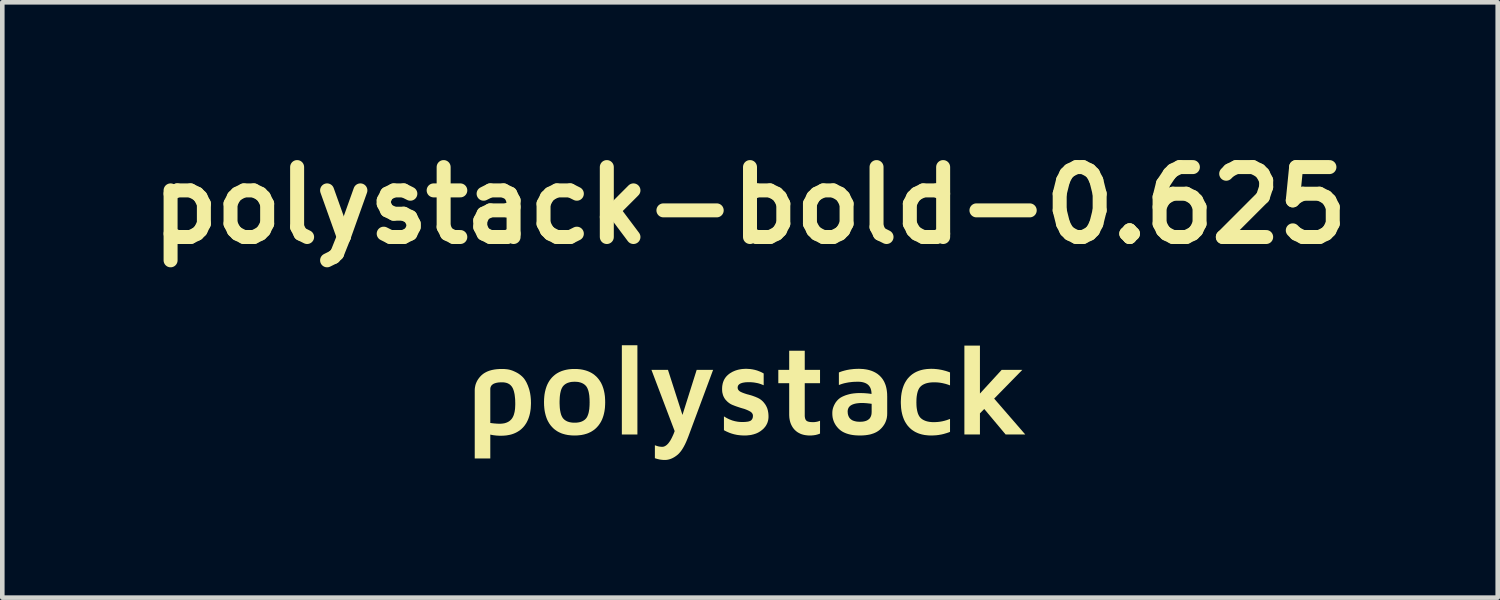
<source format=kicad_pcb>
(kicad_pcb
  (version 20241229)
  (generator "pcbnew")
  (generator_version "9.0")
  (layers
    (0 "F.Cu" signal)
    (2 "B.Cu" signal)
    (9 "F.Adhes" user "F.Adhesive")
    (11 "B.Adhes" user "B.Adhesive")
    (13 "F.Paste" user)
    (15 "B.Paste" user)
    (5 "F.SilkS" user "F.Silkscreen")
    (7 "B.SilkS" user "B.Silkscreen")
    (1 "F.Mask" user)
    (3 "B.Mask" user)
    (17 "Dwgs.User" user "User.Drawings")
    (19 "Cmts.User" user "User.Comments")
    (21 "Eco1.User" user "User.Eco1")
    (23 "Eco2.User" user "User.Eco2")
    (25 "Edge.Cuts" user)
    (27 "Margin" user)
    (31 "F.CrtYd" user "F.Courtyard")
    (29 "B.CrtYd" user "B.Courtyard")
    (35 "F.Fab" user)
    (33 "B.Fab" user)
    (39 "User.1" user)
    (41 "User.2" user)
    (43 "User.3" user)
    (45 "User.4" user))
  (footprint "polystack-bold-0.625"
    (layer "F.Cu")
    (at 13.295 5.724)
    (property "Reference" "polystack-bold-0.625" (at 0 -4.298 0) (layer "F.SilkS") (effects (font (size 1.524 1.524) (thickness 0.305))))
    (attr smd)
    (fp_poly (pts (xy -2.793 0.695) (xy -2.793 -1.25) (xy -2.454 -1.25) (xy -2.454 0.695) (xy -2.793 0.695)) (stroke (width 0) (type solid)) (fill yes) (layer "F.SilkS"))
    (fp_poly (pts (xy 4.672 0.695) (xy 4.672 -1.242) (xy 5.011 -1.242) (xy 5.011 -0.197) (xy 5.485 -0.714) (xy 5.935 -0.714) (xy 5.321 -0.087) (xy 5.999 0.695) (xy 5.571 0.695) (xy 5.105 0.139) (xy 5.011 0.234) (xy 5.011 0.695) (xy 4.672 0.695)) (stroke (width 0) (type solid)) (fill yes) (layer "F.SilkS"))
    (fp_poly (pts (xy 0.617 -0.423) (xy 0.617 -0.714) (xy 0.854 -0.714) (xy 0.854 -1.131) (xy 1.193 -1.131) (xy 1.193 -0.714) (xy 1.526 -0.714) (xy 1.526 -0.423) (xy 1.193 -0.423) (xy 1.193 0.271) (xy 1.193 0.293) (xy 1.195 0.313) (xy 1.198 0.331) (xy 1.202 0.348) (xy 1.207 0.362) (xy 1.214 0.375) (xy 1.221 0.385) (xy 1.23 0.394) (xy 1.239 0.401) (xy 1.25 0.407) (xy 1.262 0.412) (xy 1.276 0.416) (xy 1.291 0.42) (xy 1.307 0.422) (xy 1.325 0.424) (xy 1.344 0.425) (xy 1.365 0.426) (xy 1.383 0.426) (xy 1.401 0.425) (xy 1.418 0.423) (xy 1.434 0.421) (xy 1.451 0.418) (xy 1.467 0.415) (xy 1.482 0.411) (xy 1.497 0.406) (xy 1.512 0.401) (xy 1.526 0.395) (xy 1.526 0.675) (xy 1.511 0.681) (xy 1.495 0.687) (xy 1.479 0.692) (xy 1.463 0.697) (xy 1.447 0.701) (xy 1.431 0.705) (xy 1.414 0.708) (xy 1.397 0.71) (xy 1.38 0.713) (xy 1.363 0.714) (xy 1.345 0.716) (xy 1.328 0.716) (xy 1.31 0.717) (xy 1.303 0.717) (xy 1.284 0.716) (xy 1.266 0.716) (xy 1.247 0.714) (xy 1.23 0.712) (xy 1.212 0.71) (xy 1.195 0.707) (xy 1.179 0.704) (xy 1.162 0.7) (xy 1.147 0.696) (xy 1.131 0.691) (xy 1.116 0.686) (xy 1.101 0.68) (xy 1.087 0.673) (xy 1.073 0.666) (xy 1.059 0.659) (xy 1.046 0.651) (xy 1.033 0.643) (xy 1.02 0.634) (xy 1.008 0.624) (xy 0.996 0.614) (xy 0.985 0.604) (xy 0.974 0.593) (xy 0.963 0.582) (xy 0.954 0.57) (xy 0.944 0.559) (xy 0.936 0.547) (xy 0.927 0.534) (xy 0.919 0.521) (xy 0.912 0.508) (xy 0.905 0.495) (xy 0.898 0.481) (xy 0.892 0.467) (xy 0.886 0.452) (xy 0.881 0.438) (xy 0.876 0.422) (xy 0.872 0.407) (xy 0.868 0.391) (xy 0.865 0.375) (xy 0.862 0.358) (xy 0.859 0.341) (xy 0.857 0.324) (xy 0.856 0.306) (xy 0.855 0.288) (xy 0.854 0.27) (xy 0.854 0.251) (xy 0.854 -0.423) (xy 0.617 -0.423)) (stroke (width 0) (type solid)) (fill yes) (layer "F.SilkS"))
    (fp_poly (pts (xy -2.148 -0.714) (xy -1.788 -0.714) (xy -1.472 0.269) (xy -1.162 -0.714) (xy -0.804 -0.714) (xy -1.34 0.729) (xy -1.348 0.75) (xy -1.356 0.77) (xy -1.364 0.79) (xy -1.372 0.81) (xy -1.38 0.829) (xy -1.388 0.848) (xy -1.396 0.866) (xy -1.404 0.883) (xy -1.412 0.9) (xy -1.42 0.917) (xy -1.429 0.933) (xy -1.437 0.949) (xy -1.445 0.964) (xy -1.454 0.979) (xy -1.462 0.993) (xy -1.471 1.007) (xy -1.479 1.02) (xy -1.488 1.033) (xy -1.496 1.045) (xy -1.505 1.057) (xy -1.514 1.069) (xy -1.523 1.079) (xy -1.532 1.09) (xy -1.54 1.1) (xy -1.549 1.109) (xy -1.558 1.118) (xy -1.567 1.127) (xy -1.576 1.135) (xy -1.585 1.142) (xy -1.6 1.154) (xy -1.615 1.165) (xy -1.63 1.175) (xy -1.645 1.185) (xy -1.66 1.194) (xy -1.675 1.202) (xy -1.69 1.21) (xy -1.705 1.217) (xy -1.72 1.223) (xy -1.735 1.229) (xy -1.751 1.234) (xy -1.766 1.238) (xy -1.782 1.242) (xy -1.797 1.245) (xy -1.813 1.247) (xy -1.828 1.249) (xy -1.844 1.25) (xy -1.86 1.25) (xy -1.876 1.25) (xy -1.892 1.249) (xy -1.908 1.248) (xy -1.925 1.246) (xy -1.941 1.244) (xy -1.957 1.242) (xy -1.974 1.239) (xy -1.99 1.235) (xy -2.007 1.231) (xy -2.023 1.227) (xy -2.04 1.222) (xy -2.057 1.217) (xy -2.073 1.211) (xy -2.073 0.929) (xy -2.057 0.935) (xy -2.041 0.941) (xy -2.025 0.946) (xy -2.009 0.951) (xy -1.993 0.955) (xy -1.977 0.958) (xy -1.961 0.96) (xy -1.945 0.962) (xy -1.929 0.963) (xy -1.913 0.963) (xy -1.903 0.963) (xy -1.893 0.962) (xy -1.883 0.96) (xy -1.874 0.957) (xy -1.864 0.953) (xy -1.854 0.949) (xy -1.844 0.943) (xy -1.834 0.937) (xy -1.825 0.93) (xy -1.815 0.923) (xy -1.806 0.914) (xy -1.796 0.905) (xy -1.787 0.895) (xy -1.777 0.884) (xy -1.768 0.872) (xy -1.759 0.859) (xy -1.749 0.846) (xy -1.74 0.832) (xy -1.731 0.817) (xy -1.722 0.801) (xy -1.713 0.784) (xy -1.704 0.767) (xy -1.695 0.748) (xy -1.686 0.729) (xy -1.677 0.709) (xy -1.668 0.689) (xy -1.659 0.667) (xy -1.651 0.645) (xy -1.642 0.621) (xy -2.148 -0.714)) (stroke (width 0) (type solid)) (fill yes) (layer "F.SilkS"))
    (fp_poly (pts (xy 3.287 -0.008) (xy 3.287 -0.028) (xy 3.288 -0.048) (xy 3.289 -0.068) (xy 3.29 -0.087) (xy 3.291 -0.106) (xy 3.292 -0.124) (xy 3.294 -0.143) (xy 3.296 -0.161) (xy 3.299 -0.179) (xy 3.301 -0.196) (xy 3.304 -0.214) (xy 3.308 -0.231) (xy 3.311 -0.248) (xy 3.315 -0.264) (xy 3.319 -0.28) (xy 3.323 -0.296) (xy 3.328 -0.312) (xy 3.333 -0.327) (xy 3.338 -0.343) (xy 3.344 -0.357) (xy 3.349 -0.372) (xy 3.355 -0.386) (xy 3.362 -0.401) (xy 3.368 -0.414) (xy 3.375 -0.428) (xy 3.382 -0.441) (xy 3.39 -0.454) (xy 3.398 -0.467) (xy 3.406 -0.479) (xy 3.414 -0.492) (xy 3.422 -0.503) (xy 3.431 -0.515) (xy 3.44 -0.527) (xy 3.45 -0.538) (xy 3.46 -0.548) (xy 3.47 -0.56) (xy 3.481 -0.57) (xy 3.492 -0.581) (xy 3.504 -0.591) (xy 3.515 -0.601) (xy 3.527 -0.61) (xy 3.539 -0.62) (xy 3.552 -0.628) (xy 3.565 -0.637) (xy 3.578 -0.645) (xy 3.591 -0.653) (xy 3.605 -0.66) (xy 3.618 -0.667) (xy 3.633 -0.674) (xy 3.647 -0.68) (xy 3.662 -0.686) (xy 3.677 -0.692) (xy 3.692 -0.697) (xy 3.707 -0.702) (xy 3.723 -0.707) (xy 3.739 -0.711) (xy 3.755 -0.715) (xy 3.772 -0.719) (xy 3.789 -0.722) (xy 3.806 -0.725) (xy 3.823 -0.727) (xy 3.841 -0.73) (xy 3.859 -0.732) (xy 3.877 -0.733) (xy 3.896 -0.734) (xy 3.915 -0.735) (xy 3.934 -0.736) (xy 3.953 -0.736) (xy 3.97 -0.736) (xy 3.987 -0.735) (xy 4.004 -0.735) (xy 4.022 -0.734) (xy 4.039 -0.732) (xy 4.056 -0.731) (xy 4.073 -0.729) (xy 4.09 -0.727) (xy 4.107 -0.725) (xy 4.124 -0.722) (xy 4.141 -0.719) (xy 4.158 -0.716) (xy 4.175 -0.713) (xy 4.192 -0.709) (xy 4.209 -0.705) (xy 4.225 -0.701) (xy 4.242 -0.696) (xy 4.259 -0.692) (xy 4.276 -0.687) (xy 4.293 -0.681) (xy 4.309 -0.676) (xy 4.326 -0.67) (xy 4.343 -0.664) (xy 4.359 -0.657) (xy 4.359 -0.375) (xy 4.344 -0.381) (xy 4.328 -0.387) (xy 4.311 -0.393) (xy 4.295 -0.398) (xy 4.279 -0.403) (xy 4.263 -0.408) (xy 4.246 -0.412) (xy 4.23 -0.416) (xy 4.213 -0.42) (xy 4.197 -0.424) (xy 4.18 -0.427) (xy 4.163 -0.43) (xy 4.147 -0.433) (xy 4.13 -0.435) (xy 4.113 -0.437) (xy 4.096 -0.439) (xy 4.079 -0.44) (xy 4.061 -0.441) (xy 4.044 -0.442) (xy 4.027 -0.442) (xy 4.009 -0.442) (xy 3.989 -0.442) (xy 3.97 -0.441) (xy 3.951 -0.44) (xy 3.932 -0.438) (xy 3.914 -0.436) (xy 3.897 -0.433) (xy 3.88 -0.43) (xy 3.863 -0.426) (xy 3.848 -0.422) (xy 3.832 -0.418) (xy 3.818 -0.412) (xy 3.804 -0.407) (xy 3.79 -0.4) (xy 3.777 -0.394) (xy 3.764 -0.387) (xy 3.753 -0.379) (xy 3.741 -0.371) (xy 3.73 -0.362) (xy 3.72 -0.353) (xy 3.712 -0.344) (xy 3.704 -0.335) (xy 3.696 -0.326) (xy 3.689 -0.315) (xy 3.682 -0.304) (xy 3.676 -0.292) (xy 3.67 -0.28) (xy 3.664 -0.266) (xy 3.659 -0.252) (xy 3.654 -0.238) (xy 3.65 -0.223) (xy 3.646 -0.207) (xy 3.642 -0.19) (xy 3.639 -0.172) (xy 3.636 -0.154) (xy 3.633 -0.136) (xy 3.631 -0.116) (xy 3.629 -0.096) (xy 3.628 -0.075) (xy 3.627 -0.053) (xy 3.627 -0.031) (xy 3.626 -0.008) (xy 3.627 0.014) (xy 3.627 0.036) (xy 3.628 0.058) (xy 3.629 0.079) (xy 3.631 0.099) (xy 3.633 0.118) (xy 3.636 0.137) (xy 3.639 0.155) (xy 3.642 0.172) (xy 3.646 0.189) (xy 3.65 0.205) (xy 3.654 0.22) (xy 3.659 0.235) (xy 3.664 0.249) (xy 3.67 0.262) (xy 3.676 0.275) (xy 3.682 0.286) (xy 3.689 0.298) (xy 3.696 0.308) (xy 3.704 0.318) (xy 3.712 0.328) (xy 3.72 0.336) (xy 3.73 0.345) (xy 3.741 0.354) (xy 3.753 0.362) (xy 3.764 0.37) (xy 3.777 0.377) (xy 3.79 0.384) (xy 3.804 0.39) (xy 3.818 0.396) (xy 3.832 0.401) (xy 3.848 0.406) (xy 3.863 0.41) (xy 3.88 0.414) (xy 3.897 0.417) (xy 3.914 0.42) (xy 3.932 0.422) (xy 3.951 0.424) (xy 3.97 0.425) (xy 3.989 0.426) (xy 4.009 0.426) (xy 4.026 0.426) (xy 4.043 0.425) (xy 4.059 0.424) (xy 4.076 0.423) (xy 4.093 0.422) (xy 4.109 0.42) (xy 4.126 0.418) (xy 4.143 0.416) (xy 4.159 0.413) (xy 4.176 0.41) (xy 4.193 0.407) (xy 4.209 0.403) (xy 4.226 0.399) (xy 4.243 0.395) (xy 4.259 0.39) (xy 4.276 0.385) (xy 4.293 0.38) (xy 4.309 0.374) (xy 4.326 0.368) (xy 4.343 0.362) (xy 4.359 0.356) (xy 4.359 0.638) (xy 4.343 0.644) (xy 4.326 0.651) (xy 4.309 0.656) (xy 4.293 0.662) (xy 4.276 0.667) (xy 4.259 0.672) (xy 4.242 0.677) (xy 4.225 0.682) (xy 4.209 0.686) (xy 4.192 0.69) (xy 4.175 0.694) (xy 4.158 0.697) (xy 4.141 0.7) (xy 4.124 0.703) (xy 4.107 0.706) (xy 4.09 0.708) (xy 4.073 0.71) (xy 4.056 0.712) (xy 4.039 0.713) (xy 4.022 0.714) (xy 4.004 0.715) (xy 3.987 0.716) (xy 3.97 0.716) (xy 3.953 0.717) (xy 3.934 0.716) (xy 3.915 0.716) (xy 3.896 0.715) (xy 3.877 0.714) (xy 3.859 0.712) (xy 3.841 0.71) (xy 3.823 0.708) (xy 3.806 0.706) (xy 3.789 0.703) (xy 3.772 0.699) (xy 3.755 0.696) (xy 3.739 0.692) (xy 3.723 0.687) (xy 3.707 0.683) (xy 3.692 0.678) (xy 3.677 0.673) (xy 3.662 0.667) (xy 3.647 0.661) (xy 3.633 0.654) (xy 3.618 0.648) (xy 3.605 0.641) (xy 3.591 0.633) (xy 3.578 0.626) (xy 3.565 0.617) (xy 3.552 0.609) (xy 3.539 0.6) (xy 3.527 0.591) (xy 3.515 0.582) (xy 3.504 0.572) (xy 3.492 0.562) (xy 3.481 0.551) (xy 3.47 0.54) (xy 3.46 0.529) (xy 3.45 0.518) (xy 3.44 0.507) (xy 3.431 0.496) (xy 3.422 0.484) (xy 3.414 0.472) (xy 3.406 0.46) (xy 3.398 0.448) (xy 3.39 0.435) (xy 3.382 0.422) (xy 3.375 0.409) (xy 3.368 0.395) (xy 3.362 0.382) (xy 3.355 0.368) (xy 3.349 0.353) (xy 3.344 0.339) (xy 3.338 0.324) (xy 3.333 0.309) (xy 3.328 0.293) (xy 3.323 0.278) (xy 3.319 0.262) (xy 3.315 0.246) (xy 3.311 0.229) (xy 3.308 0.213) (xy 3.304 0.196) (xy 3.301 0.178) (xy 3.299 0.161) (xy 3.296 0.143) (xy 3.294 0.125) (xy 3.292 0.107) (xy 3.291 0.088) (xy 3.29 0.07) (xy 3.289 0.051) (xy 3.288 0.031) (xy 3.287 0.012) (xy 3.287 -0.008)) (stroke (width 0) (type solid)) (fill yes) (layer "F.SilkS"))
    (fp_poly (pts (xy -5.999 1.217) (xy -5.641 0.446) (xy -5.622 0.449) (xy -5.603 0.451) (xy -5.585 0.453) (xy -5.567 0.455) (xy -5.55 0.456) (xy -5.533 0.457) (xy -5.516 0.459) (xy -5.499 0.459) (xy -5.483 0.46) (xy -5.468 0.46) (xy -5.452 0.46) (xy -5.433 0.46) (xy -5.415 0.459) (xy -5.397 0.457) (xy -5.379 0.455) (xy -5.363 0.452) (xy -5.346 0.449) (xy -5.33 0.444) (xy -5.315 0.439) (xy -5.301 0.434) (xy -5.286 0.427) (xy -5.273 0.421) (xy -5.26 0.413) (xy -5.247 0.405) (xy -5.235 0.396) (xy -5.224 0.386) (xy -5.213 0.376) (xy -5.203 0.365) (xy -5.195 0.356) (xy -5.188 0.347) (xy -5.181 0.336) (xy -5.174 0.325) (xy -5.168 0.314) (xy -5.162 0.302) (xy -5.156 0.289) (xy -5.151 0.276) (xy -5.146 0.262) (xy -5.142 0.247) (xy -5.138 0.232) (xy -5.134 0.217) (xy -5.13 0.2) (xy -5.127 0.183) (xy -5.125 0.166) (xy -5.122 0.148) (xy -5.12 0.129) (xy -5.119 0.11) (xy -5.118 0.09) (xy -5.117 0.069) (xy -5.116 0.048) (xy -5.116 0.026) (xy -5.116 0.004) (xy -5.117 -0.018) (xy -5.117 -0.039) (xy -5.118 -0.059) (xy -5.119 -0.079) (xy -5.121 -0.099) (xy -5.123 -0.118) (xy -5.125 -0.136) (xy -5.127 -0.154) (xy -5.129 -0.171) (xy -5.132 -0.187) (xy -5.135 -0.203) (xy -5.139 -0.219) (xy -5.142 -0.234) (xy -5.146 -0.248) (xy -5.15 -0.262) (xy -5.155 -0.275) (xy -5.159 -0.287) (xy -5.164 -0.299) (xy -5.169 -0.311) (xy -5.175 -0.322) (xy -5.181 -0.332) (xy -5.189 -0.345) (xy -5.197 -0.356) (xy -5.207 -0.367) (xy -5.217 -0.378) (xy -5.227 -0.387) (xy -5.238 -0.396) (xy -5.25 -0.404) (xy -5.263 -0.411) (xy -5.276 -0.418) (xy -5.29 -0.424) (xy -5.305 -0.429) (xy -5.32 -0.433) (xy -5.336 -0.436) (xy -5.353 -0.439) (xy -5.37 -0.441) (xy -5.388 -0.442) (xy -5.407 -0.442) (xy -5.428 -0.442) (xy -5.449 -0.441) (xy -5.469 -0.44) (xy -5.487 -0.438) (xy -5.505 -0.435) (xy -5.522 -0.432) (xy -5.538 -0.428) (xy -5.552 -0.424) (xy -5.566 -0.419) (xy -5.579 -0.414) (xy -5.591 -0.408) (xy -5.602 -0.401) (xy -5.612 -0.394) (xy -5.621 -0.386) (xy -5.63 -0.378) (xy -5.637 -0.369) (xy -5.643 -0.359) (xy -5.648 -0.349) (xy -5.653 -0.339) (xy -5.656 -0.328) (xy -5.658 -0.316) (xy -5.66 -0.304) (xy -5.66 -0.291) (xy -5.66 0.444) (xy -5.66 0.444) (xy -5.641 0.446) (xy -5.999 1.217) (xy -5.999 -0.259) (xy -5.999 -0.276) (xy -5.998 -0.292) (xy -5.997 -0.309) (xy -5.995 -0.325) (xy -5.992 -0.341) (xy -5.989 -0.357) (xy -5.986 -0.372) (xy -5.982 -0.388) (xy -5.977 -0.403) (xy -5.972 -0.418) (xy -5.966 -0.432) (xy -5.96 -0.447) (xy -5.953 -0.461) (xy -5.946 -0.475) (xy -5.938 -0.489) (xy -5.929 -0.503) (xy -5.92 -0.516) (xy -5.911 -0.529) (xy -5.901 -0.542) (xy -5.89 -0.555) (xy -5.879 -0.568) (xy -5.867 -0.58) (xy -5.855 -0.593) (xy -5.844 -0.602) (xy -5.834 -0.611) (xy -5.823 -0.62) (xy -5.811 -0.629) (xy -5.8 -0.637) (xy -5.787 -0.645) (xy -5.775 -0.652) (xy -5.762 -0.659) (xy -5.749 -0.666) (xy -5.735 -0.673) (xy -5.721 -0.679) (xy -5.707 -0.685) (xy -5.692 -0.69) (xy -5.677 -0.696) (xy -5.662 -0.7) (xy -5.646 -0.705) (xy -5.63 -0.709) (xy -5.613 -0.713) (xy -5.596 -0.716) (xy -5.579 -0.72) (xy -5.561 -0.722) (xy -5.543 -0.725) (xy -5.525 -0.727) (xy -5.506 -0.729) (xy -5.487 -0.73) (xy -5.468 -0.732) (xy -5.448 -0.732) (xy -5.427 -0.733) (xy -5.407 -0.733) (xy -5.389 -0.733) (xy -5.372 -0.732) (xy -5.354 -0.732) (xy -5.337 -0.73) (xy -5.319 -0.729) (xy -5.302 -0.727) (xy -5.285 -0.725) (xy -5.268 -0.722) (xy -5.253 -0.719) (xy -5.239 -0.716) (xy -5.223 -0.712) (xy -5.208 -0.707) (xy -5.191 -0.702) (xy -5.175 -0.696) (xy -5.158 -0.689) (xy -5.14 -0.681) (xy -5.122 -0.673) (xy -5.104 -0.664) (xy -5.088 -0.656) (xy -5.073 -0.648) (xy -5.058 -0.639) (xy -5.043 -0.63) (xy -5.029 -0.62) (xy -5.015 -0.61) (xy -5.002 -0.6) (xy -4.989 -0.589) (xy -4.976 -0.578) (xy -4.964 -0.567) (xy -4.952 -0.555) (xy -4.941 -0.543) (xy -4.932 -0.533) (xy -4.923 -0.522) (xy -4.915 -0.51) (xy -4.906 -0.498) (xy -4.898 -0.485) (xy -4.89 -0.472) (xy -4.882 -0.458) (xy -4.874 -0.444) (xy -4.866 -0.428) (xy -4.859 -0.412) (xy -4.852 -0.396) (xy -4.844 -0.379) (xy -4.837 -0.361) (xy -4.831 -0.343) (xy -4.824 -0.324) (xy -4.819 -0.309) (xy -4.814 -0.295) (xy -4.81 -0.28) (xy -4.806 -0.265) (xy -4.802 -0.249) (xy -4.799 -0.234) (xy -4.795 -0.218) (xy -4.792 -0.202) (xy -4.789 -0.186) (xy -4.787 -0.169) (xy -4.784 -0.152) (xy -4.782 -0.135) (xy -4.78 -0.118) (xy -4.779 -0.101) (xy -4.777 -0.083) (xy -4.776 -0.065) (xy -4.775 -0.047) (xy -4.775 -0.029) (xy -4.774 -0.01) (xy -4.774 0.008) (xy -4.774 0.028) (xy -4.775 0.048) (xy -4.776 0.068) (xy -4.777 0.087) (xy -4.778 0.106) (xy -4.779 0.125) (xy -4.781 0.143) (xy -4.784 0.162) (xy -4.786 0.18) (xy -4.789 0.197) (xy -4.792 0.215) (xy -4.795 0.232) (xy -4.799 0.248) (xy -4.803 0.265) (xy -4.807 0.281) (xy -4.812 0.297) (xy -4.817 0.313) (xy -4.822 0.328) (xy -4.827 0.343) (xy -4.833 0.358) (xy -4.839 0.373) (xy -4.845 0.387) (xy -4.852 0.401) (xy -4.859 0.415) (xy -4.866 0.429) (xy -4.873 0.442) (xy -4.881 0.455) (xy -4.889 0.467) (xy -4.898 0.48) (xy -4.906 0.492) (xy -4.915 0.504) (xy -4.924 0.515) (xy -4.934 0.527) (xy -4.944 0.538) (xy -4.954 0.549) (xy -4.965 0.559) (xy -4.976 0.57) (xy -4.987 0.58) (xy -4.998 0.589) (xy -5.01 0.599) (xy -5.022 0.608) (xy -5.034 0.616) (xy -5.047 0.624) (xy -5.06 0.632) (xy -5.073 0.64) (xy -5.086 0.647) (xy -5.1 0.654) (xy -5.114 0.661) (xy -5.128 0.667) (xy -5.142 0.673) (xy -5.157 0.679) (xy -5.172 0.684) (xy -5.187 0.689) (xy -5.203 0.694) (xy -5.219 0.698) (xy -5.235 0.702) (xy -5.251 0.705) (xy -5.268 0.708) (xy -5.284 0.711) (xy -5.301 0.714) (xy -5.319 0.716) (xy -5.337 0.718) (xy -5.354 0.719) (xy -5.373 0.721) (xy -5.391 0.721) (xy -5.41 0.722) (xy -5.429 0.722) (xy -5.446 0.722) (xy -5.463 0.722) (xy -5.479 0.721) (xy -5.496 0.72) (xy -5.513 0.719) (xy -5.529 0.718) (xy -5.546 0.716) (xy -5.562 0.714) (xy -5.579 0.712) (xy -5.595 0.71) (xy -5.612 0.707) (xy -5.628 0.704) (xy -5.644 0.701) (xy -5.66 0.697) (xy -5.66 1.217) (xy -5.999 1.217) (xy -5.999 1.217)) (stroke (width 0) (type solid)) (fill yes) (layer "F.SilkS"))
    (fp_poly (pts (xy -0.608 -0.296) (xy -0.608 -0.315) (xy -0.607 -0.332) (xy -0.606 -0.35) (xy -0.604 -0.367) (xy -0.601 -0.384) (xy -0.598 -0.4) (xy -0.595 -0.416) (xy -0.59 -0.432) (xy -0.586 -0.447) (xy -0.58 -0.462) (xy -0.574 -0.477) (xy -0.568 -0.491) (xy -0.561 -0.504) (xy -0.553 -0.518) (xy -0.545 -0.531) (xy -0.536 -0.544) (xy -0.527 -0.556) (xy -0.517 -0.568) (xy -0.507 -0.579) (xy -0.496 -0.59) (xy -0.484 -0.601) (xy -0.472 -0.611) (xy -0.46 -0.622) (xy -0.447 -0.631) (xy -0.434 -0.64) (xy -0.421 -0.648) (xy -0.407 -0.656) (xy -0.394 -0.664) (xy -0.38 -0.672) (xy -0.366 -0.678) (xy -0.351 -0.685) (xy -0.337 -0.691) (xy -0.322 -0.697) (xy -0.307 -0.702) (xy -0.291 -0.707) (xy -0.275 -0.712) (xy -0.259 -0.716) (xy -0.243 -0.72) (xy -0.227 -0.723) (xy -0.21 -0.726) (xy -0.193 -0.729) (xy -0.176 -0.731) (xy -0.159 -0.733) (xy -0.141 -0.734) (xy -0.123 -0.735) (xy -0.105 -0.736) (xy -0.086 -0.736) (xy -0.069 -0.736) (xy -0.051 -0.735) (xy -0.034 -0.734) (xy -0.017 -0.733) (xy -0.000347 -0.732) (xy 0.016 -0.73) (xy 0.033 -0.727) (xy 0.05 -0.725) (xy 0.066 -0.722) (xy 0.082 -0.718) (xy 0.099 -0.715) (xy 0.115 -0.711) (xy 0.131 -0.706) (xy 0.147 -0.702) (xy 0.162 -0.697) (xy 0.178 -0.691) (xy 0.193 -0.685) (xy 0.209 -0.679) (xy 0.224 -0.673) (xy 0.239 -0.666) (xy 0.254 -0.659) (xy 0.269 -0.651) (xy 0.284 -0.643) (xy 0.298 -0.635) (xy 0.298 -0.378) (xy 0.284 -0.384) (xy 0.269 -0.39) (xy 0.254 -0.396) (xy 0.239 -0.402) (xy 0.224 -0.407) (xy 0.209 -0.412) (xy 0.193 -0.417) (xy 0.178 -0.421) (xy 0.162 -0.425) (xy 0.145 -0.428) (xy 0.129 -0.431) (xy 0.112 -0.434) (xy 0.096 -0.437) (xy 0.079 -0.439) (xy 0.062 -0.441) (xy 0.044 -0.442) (xy 0.027 -0.444) (xy 0.009 -0.444) (xy -0.009 -0.445) (xy -0.027 -0.445) (xy -0.049 -0.445) (xy -0.071 -0.444) (xy -0.091 -0.443) (xy -0.11 -0.441) (xy -0.129 -0.438) (xy -0.146 -0.435) (xy -0.162 -0.432) (xy -0.176 -0.428) (xy -0.19 -0.423) (xy -0.203 -0.418) (xy -0.214 -0.413) (xy -0.225 -0.406) (xy -0.234 -0.4) (xy -0.242 -0.392) (xy -0.25 -0.385) (xy -0.256 -0.376) (xy -0.261 -0.367) (xy -0.264 -0.358) (xy -0.267 -0.348) (xy -0.269 -0.338) (xy -0.269 -0.327) (xy -0.268 -0.312) (xy -0.265 -0.299) (xy -0.26 -0.286) (xy -0.252 -0.274) (xy -0.242 -0.262) (xy -0.231 -0.252) (xy -0.217 -0.242) (xy -0.201 -0.233) (xy -0.188 -0.227) (xy -0.174 -0.221) (xy -0.161 -0.215) (xy -0.146 -0.21) (xy -0.132 -0.204) (xy -0.116 -0.199) (xy -0.101 -0.194) (xy -0.084 -0.188) (xy -0.067 -0.183) (xy -0.05 -0.178) (xy -0.032 -0.174) (xy -0.016 -0.169) (xy 0.001 -0.165) (xy 0.017 -0.16) (xy 0.034 -0.155) (xy 0.05 -0.15) (xy 0.066 -0.144) (xy 0.083 -0.138) (xy 0.099 -0.132) (xy 0.116 -0.126) (xy 0.132 -0.119) (xy 0.148 -0.112) (xy 0.165 -0.105) (xy 0.179 -0.098) (xy 0.192 -0.091) (xy 0.206 -0.084) (xy 0.219 -0.075) (xy 0.232 -0.066) (xy 0.244 -0.057) (xy 0.256 -0.047) (xy 0.268 -0.036) (xy 0.28 -0.025) (xy 0.291 -0.013) (xy 0.302 -0.000182) (xy 0.312 0.013) (xy 0.323 0.027) (xy 0.333 0.041) (xy 0.341 0.054) (xy 0.348 0.066) (xy 0.355 0.08) (xy 0.362 0.093) (xy 0.368 0.107) (xy 0.374 0.121) (xy 0.379 0.136) (xy 0.383 0.151) (xy 0.388 0.167) (xy 0.391 0.182) (xy 0.394 0.199) (xy 0.397 0.215) (xy 0.399 0.232) (xy 0.401 0.25) (xy 0.402 0.268) (xy 0.403 0.286) (xy 0.403 0.305) (xy 0.403 0.321) (xy 0.402 0.338) (xy 0.4 0.354) (xy 0.398 0.37) (xy 0.395 0.386) (xy 0.391 0.401) (xy 0.387 0.416) (xy 0.382 0.431) (xy 0.377 0.446) (xy 0.37 0.46) (xy 0.363 0.474) (xy 0.356 0.488) (xy 0.348 0.501) (xy 0.339 0.515) (xy 0.329 0.528) (xy 0.319 0.54) (xy 0.308 0.553) (xy 0.297 0.565) (xy 0.285 0.577) (xy 0.272 0.588) (xy 0.258 0.599) (xy 0.246 0.609) (xy 0.234 0.618) (xy 0.221 0.627) (xy 0.208 0.635) (xy 0.195 0.643) (xy 0.181 0.651) (xy 0.167 0.658) (xy 0.152 0.665) (xy 0.138 0.671) (xy 0.123 0.677) (xy 0.107 0.682) (xy 0.092 0.687) (xy 0.076 0.692) (xy 0.059 0.696) (xy 0.043 0.7) (xy 0.026 0.704) (xy 0.008 0.707) (xy -0.009 0.709) (xy -0.027 0.711) (xy -0.046 0.713) (xy -0.064 0.715) (xy -0.083 0.716) (xy -0.102 0.716) (xy -0.122 0.717) (xy -0.139 0.716) (xy -0.156 0.716) (xy -0.173 0.715) (xy -0.19 0.714) (xy -0.207 0.713) (xy -0.224 0.711) (xy -0.241 0.709) (xy -0.257 0.707) (xy -0.274 0.705) (xy -0.29 0.702) (xy -0.307 0.699) (xy -0.323 0.695) (xy -0.339 0.692) (xy -0.355 0.688) (xy -0.371 0.683) (xy -0.387 0.679) (xy -0.402 0.674) (xy -0.418 0.669) (xy -0.433 0.663) (xy -0.449 0.658) (xy -0.464 0.651) (xy -0.479 0.645) (xy -0.494 0.638) (xy -0.509 0.632) (xy -0.524 0.624) (xy -0.539 0.617) (xy -0.554 0.609) (xy -0.568 0.601) (xy -0.568 0.299) (xy -0.554 0.309) (xy -0.539 0.318) (xy -0.523 0.327) (xy -0.508 0.336) (xy -0.493 0.344) (xy -0.478 0.351) (xy -0.462 0.359) (xy -0.447 0.366) (xy -0.431 0.372) (xy -0.415 0.378) (xy -0.4 0.384) (xy -0.384 0.39) (xy -0.368 0.394) (xy -0.352 0.399) (xy -0.336 0.403) (xy -0.32 0.407) (xy -0.303 0.41) (xy -0.287 0.413) (xy -0.271 0.416) (xy -0.254 0.418) (xy -0.237 0.42) (xy -0.221 0.421) (xy -0.204 0.422) (xy -0.187 0.423) (xy -0.17 0.423) (xy -0.147 0.423) (xy -0.124 0.422) (xy -0.104 0.421) (xy -0.084 0.419) (xy -0.066 0.417) (xy -0.05 0.415) (xy -0.034 0.412) (xy -0.021 0.408) (xy -0.008 0.404) (xy 0.002 0.4) (xy 0.012 0.395) (xy 0.02 0.39) (xy 0.03 0.381) (xy 0.039 0.371) (xy 0.047 0.359) (xy 0.053 0.347) (xy 0.058 0.334) (xy 0.061 0.32) (xy 0.063 0.304) (xy 0.064 0.288) (xy 0.063 0.275) (xy 0.061 0.262) (xy 0.056 0.249) (xy 0.05 0.238) (xy 0.042 0.227) (xy 0.033 0.216) (xy 0.022 0.207) (xy 0.009 0.197) (xy -0.006 0.189) (xy -0.019 0.182) (xy -0.032 0.175) (xy -0.046 0.169) (xy -0.06 0.162) (xy -0.075 0.156) (xy -0.09 0.15) (xy -0.106 0.144) (xy -0.122 0.138) (xy -0.139 0.133) (xy -0.157 0.128) (xy -0.174 0.123) (xy -0.191 0.118) (xy -0.207 0.113) (xy -0.223 0.108) (xy -0.24 0.102) (xy -0.256 0.097) (xy -0.273 0.091) (xy -0.289 0.086) (xy -0.305 0.08) (xy -0.322 0.074) (xy -0.338 0.068) (xy -0.355 0.061) (xy -0.371 0.055) (xy -0.386 0.049) (xy -0.401 0.042) (xy -0.415 0.035) (xy -0.429 0.027) (xy -0.443 0.018) (xy -0.456 0.009) (xy -0.469 -0.001) (xy -0.481 -0.011) (xy -0.494 -0.022) (xy -0.506 -0.034) (xy -0.517 -0.046) (xy -0.529 -0.058) (xy -0.54 -0.072) (xy -0.548 -0.084) (xy -0.557 -0.096) (xy -0.564 -0.109) (xy -0.571 -0.123) (xy -0.578 -0.136) (xy -0.584 -0.151) (xy -0.589 -0.165) (xy -0.593 -0.18) (xy -0.597 -0.196) (xy -0.601 -0.211) (xy -0.604 -0.227) (xy -0.606 -0.244) (xy -0.607 -0.261) (xy -0.608 -0.278) (xy -0.608 -0.296)) (stroke (width 0) (type solid)) (fill yes) (layer "F.SilkS"))
    (fp_poly (pts (xy 1.794 0.234) (xy 2.128 0.192) (xy 2.129 0.207) (xy 2.13 0.223) (xy 2.131 0.237) (xy 2.134 0.252) (xy 2.137 0.265) (xy 2.141 0.278) (xy 2.145 0.29) (xy 2.15 0.302) (xy 2.156 0.313) (xy 2.162 0.324) (xy 2.169 0.334) (xy 2.177 0.344) (xy 2.186 0.353) (xy 2.195 0.361) (xy 2.205 0.369) (xy 2.215 0.376) (xy 2.226 0.383) (xy 2.238 0.389) (xy 2.251 0.394) (xy 2.264 0.399) (xy 2.278 0.403) (xy 2.293 0.407) (xy 2.308 0.41) (xy 2.324 0.413) (xy 2.34 0.415) (xy 2.358 0.416) (xy 2.376 0.417) (xy 2.394 0.418) (xy 2.397 0.418) (xy 2.416 0.417) (xy 2.433 0.416) (xy 2.45 0.415) (xy 2.467 0.413) (xy 2.482 0.41) (xy 2.497 0.407) (xy 2.512 0.403) (xy 2.525 0.399) (xy 2.538 0.394) (xy 2.55 0.388) (xy 2.562 0.382) (xy 2.572 0.375) (xy 2.582 0.368) (xy 2.592 0.36) (xy 2.601 0.352) (xy 2.609 0.343) (xy 2.616 0.333) (xy 2.622 0.323) (xy 2.628 0.312) (xy 2.634 0.3) (xy 2.638 0.288) (xy 2.642 0.276) (xy 2.645 0.263) (xy 2.648 0.249) (xy 2.649 0.234) (xy 2.65 0.219) (xy 2.651 0.204) (xy 2.651 0.026) (xy 2.631 0.024) (xy 2.612 0.021) (xy 2.594 0.019) (xy 2.575 0.017) (xy 2.558 0.015) (xy 2.541 0.013) (xy 2.524 0.012) (xy 2.508 0.011) (xy 2.492 0.01) (xy 2.477 0.009) (xy 2.462 0.009) (xy 2.448 0.008) (xy 2.427 0.009) (xy 2.406 0.009) (xy 2.386 0.01) (xy 2.366 0.012) (xy 2.348 0.014) (xy 2.33 0.016) (xy 2.313 0.019) (xy 2.297 0.022) (xy 2.281 0.026) (xy 2.266 0.03) (xy 2.252 0.035) (xy 2.239 0.04) (xy 2.226 0.045) (xy 2.215 0.051) (xy 2.204 0.057) (xy 2.193 0.064) (xy 2.184 0.071) (xy 2.175 0.079) (xy 2.167 0.087) (xy 2.16 0.095) (xy 2.153 0.104) (xy 2.148 0.114) (xy 2.143 0.124) (xy 2.138 0.134) (xy 2.135 0.145) (xy 2.132 0.156) (xy 2.13 0.167) (xy 2.129 0.179) (xy 2.128 0.192) (xy 2.128 0.192) (xy 1.794 0.234) (xy 1.794 0.217) (xy 1.795 0.2) (xy 1.796 0.183) (xy 1.799 0.165) (xy 1.802 0.147) (xy 1.805 0.134) (xy 1.809 0.12) (xy 1.814 0.104) (xy 1.82 0.088) (xy 1.827 0.071) (xy 1.835 0.053) (xy 1.845 0.034) (xy 1.853 0.02) (xy 1.862 0.005) (xy 1.871 -0.009) (xy 1.881 -0.022) (xy 1.892 -0.035) (xy 1.903 -0.048) (xy 1.915 -0.061) (xy 1.928 -0.073) (xy 1.941 -0.084) (xy 1.951 -0.092) (xy 1.963 -0.101) (xy 1.975 -0.109) (xy 1.988 -0.116) (xy 2.002 -0.124) (xy 2.016 -0.131) (xy 2.031 -0.138) (xy 2.048 -0.145) (xy 2.064 -0.152) (xy 2.082 -0.159) (xy 2.101 -0.165) (xy 2.12 -0.171) (xy 2.134 -0.175) (xy 2.149 -0.179) (xy 2.163 -0.183) (xy 2.178 -0.186) (xy 2.194 -0.19) (xy 2.209 -0.193) (xy 2.225 -0.195) (xy 2.241 -0.198) (xy 2.258 -0.2) (xy 2.274 -0.202) (xy 2.291 -0.203) (xy 2.309 -0.205) (xy 2.326 -0.206) (xy 2.344 -0.207) (xy 2.363 -0.208) (xy 2.381 -0.208) (xy 2.4 -0.208) (xy 2.415 -0.208) (xy 2.431 -0.208) (xy 2.447 -0.207) (xy 2.463 -0.207) (xy 2.479 -0.206) (xy 2.495 -0.205) (xy 2.511 -0.204) (xy 2.528 -0.203) (xy 2.545 -0.201) (xy 2.562 -0.2) (xy 2.579 -0.198) (xy 2.596 -0.196) (xy 2.613 -0.194) (xy 2.63 -0.191) (xy 2.648 -0.189) (xy 2.648 -0.205) (xy 2.647 -0.22) (xy 2.645 -0.235) (xy 2.644 -0.249) (xy 2.641 -0.263) (xy 2.638 -0.277) (xy 2.634 -0.29) (xy 2.63 -0.302) (xy 2.626 -0.314) (xy 2.62 -0.326) (xy 2.615 -0.337) (xy 2.608 -0.347) (xy 2.601 -0.357) (xy 2.594 -0.367) (xy 2.586 -0.376) (xy 2.578 -0.384) (xy 2.569 -0.392) (xy 2.559 -0.4) (xy 2.549 -0.407) (xy 2.538 -0.413) (xy 2.527 -0.42) (xy 2.515 -0.425) (xy 2.503 -0.43) (xy 2.49 -0.435) (xy 2.476 -0.439) (xy 2.462 -0.443) (xy 2.448 -0.446) (xy 2.433 -0.449) (xy 2.417 -0.451) (xy 2.401 -0.453) (xy 2.384 -0.454) (xy 2.367 -0.455) (xy 2.349 -0.455) (xy 2.33 -0.455) (xy 2.311 -0.454) (xy 2.293 -0.454) (xy 2.275 -0.453) (xy 2.257 -0.452) (xy 2.239 -0.451) (xy 2.221 -0.449) (xy 2.204 -0.447) (xy 2.186 -0.445) (xy 2.169 -0.443) (xy 2.152 -0.441) (xy 2.136 -0.438) (xy 2.119 -0.435) (xy 2.103 -0.432) (xy 2.087 -0.429) (xy 2.071 -0.425) (xy 2.055 -0.422) (xy 2.04 -0.418) (xy 2.024 -0.413) (xy 2.009 -0.409) (xy 1.994 -0.404) (xy 1.98 -0.399) (xy 1.965 -0.394) (xy 1.951 -0.389) (xy 1.937 -0.383) (xy 1.937 -0.657) (xy 1.952 -0.663) (xy 1.967 -0.669) (xy 1.982 -0.674) (xy 1.998 -0.68) (xy 2.013 -0.685) (xy 2.029 -0.689) (xy 2.045 -0.694) (xy 2.06 -0.698) (xy 2.076 -0.702) (xy 2.093 -0.706) (xy 2.109 -0.71) (xy 2.125 -0.713) (xy 2.142 -0.716) (xy 2.158 -0.719) (xy 2.175 -0.722) (xy 2.192 -0.724) (xy 2.209 -0.726) (xy 2.226 -0.728) (xy 2.244 -0.73) (xy 2.261 -0.732) (xy 2.279 -0.733) (xy 2.296 -0.734) (xy 2.314 -0.735) (xy 2.332 -0.735) (xy 2.35 -0.736) (xy 2.368 -0.736) (xy 2.388 -0.736) (xy 2.408 -0.735) (xy 2.427 -0.734) (xy 2.446 -0.733) (xy 2.465 -0.732) (xy 2.483 -0.73) (xy 2.501 -0.727) (xy 2.519 -0.725) (xy 2.536 -0.722) (xy 2.554 -0.719) (xy 2.57 -0.715) (xy 2.587 -0.711) (xy 2.603 -0.707) (xy 2.619 -0.702) (xy 2.634 -0.697) (xy 2.65 -0.692) (xy 2.665 -0.686) (xy 2.679 -0.68) (xy 2.693 -0.674) (xy 2.707 -0.667) (xy 2.721 -0.66) (xy 2.734 -0.653) (xy 2.747 -0.645) (xy 2.76 -0.637) (xy 2.773 -0.629) (xy 2.785 -0.62) (xy 2.796 -0.611) (xy 2.808 -0.601) (xy 2.819 -0.592) (xy 2.83 -0.582) (xy 2.84 -0.571) (xy 2.85 -0.561) (xy 2.86 -0.55) (xy 2.87 -0.538) (xy 2.879 -0.527) (xy 2.887 -0.515) (xy 2.896 -0.503) (xy 2.904 -0.49) (xy 2.911 -0.477) (xy 2.919 -0.464) (xy 2.926 -0.451) (xy 2.932 -0.437) (xy 2.938 -0.423) (xy 2.944 -0.409) (xy 2.95 -0.394) (xy 2.955 -0.379) (xy 2.96 -0.364) (xy 2.964 -0.348) (xy 2.968 -0.333) (xy 2.972 -0.316) (xy 2.975 -0.3) (xy 2.978 -0.283) (xy 2.981 -0.266) (xy 2.983 -0.249) (xy 2.985 -0.231) (xy 2.987 -0.213) (xy 2.988 -0.195) (xy 2.989 -0.176) (xy 2.989 -0.157) (xy 2.99 -0.138) (xy 2.99 0.243) (xy 2.989 0.259) (xy 2.989 0.276) (xy 2.987 0.292) (xy 2.985 0.308) (xy 2.983 0.324) (xy 2.98 0.34) (xy 2.976 0.356) (xy 2.972 0.371) (xy 2.967 0.386) (xy 2.962 0.401) (xy 2.956 0.416) (xy 2.95 0.431) (xy 2.943 0.445) (xy 2.936 0.459) (xy 2.928 0.473) (xy 2.919 0.487) (xy 2.91 0.5) (xy 2.9 0.514) (xy 2.89 0.527) (xy 2.879 0.54) (xy 2.868 0.553) (xy 2.856 0.565) (xy 2.844 0.577) (xy 2.833 0.587) (xy 2.823 0.596) (xy 2.812 0.605) (xy 2.801 0.613) (xy 2.789 0.621) (xy 2.777 0.629) (xy 2.765 0.636) (xy 2.752 0.644) (xy 2.739 0.65) (xy 2.725 0.657) (xy 2.711 0.663) (xy 2.697 0.669) (xy 2.682 0.674) (xy 2.667 0.679) (xy 2.652 0.684) (xy 2.636 0.689) (xy 2.62 0.693) (xy 2.603 0.697) (xy 2.587 0.7) (xy 2.569 0.703) (xy 2.552 0.706) (xy 2.534 0.708) (xy 2.515 0.711) (xy 2.496 0.712) (xy 2.477 0.714) (xy 2.458 0.715) (xy 2.438 0.716) (xy 2.418 0.716) (xy 2.397 0.717) (xy 2.377 0.716) (xy 2.356 0.716) (xy 2.337 0.715) (xy 2.317 0.714) (xy 2.298 0.713) (xy 2.28 0.711) (xy 2.261 0.709) (xy 2.243 0.707) (xy 2.226 0.704) (xy 2.208 0.701) (xy 2.192 0.698) (xy 2.175 0.694) (xy 2.159 0.69) (xy 2.143 0.686) (xy 2.128 0.681) (xy 2.113 0.677) (xy 2.098 0.671) (xy 2.084 0.666) (xy 2.07 0.66) (xy 2.056 0.654) (xy 2.043 0.648) (xy 2.03 0.641) (xy 2.017 0.634) (xy 2.005 0.627) (xy 1.993 0.619) (xy 1.982 0.611) (xy 1.971 0.603) (xy 1.96 0.594) (xy 1.95 0.585) (xy 1.94 0.576) (xy 1.927 0.564) (xy 1.915 0.551) (xy 1.904 0.538) (xy 1.893 0.525) (xy 1.883 0.512) (xy 1.873 0.499) (xy 1.864 0.485) (xy 1.856 0.471) (xy 1.848 0.457) (xy 1.84 0.442) (xy 1.833 0.428) (xy 1.827 0.413) (xy 1.821 0.398) (xy 1.816 0.382) (xy 1.811 0.367) (xy 1.807 0.351) (xy 1.803 0.335) (xy 1.8 0.319) (xy 1.798 0.302) (xy 1.796 0.286) (xy 1.795 0.269) (xy 1.794 0.252) (xy 1.794 0.234) (xy 1.794 0.234)) (stroke (width 0) (type solid)) (fill yes) (layer "F.SilkS"))
    (fp_poly (pts (xy -4.317 0.529) (xy -4.126 -0.243) (xy -4.13 -0.227) (xy -4.133 -0.211) (xy -4.137 -0.194) (xy -4.139 -0.176) (xy -4.142 -0.157) (xy -4.144 -0.138) (xy -4.146 -0.118) (xy -4.147 -0.097) (xy -4.148 -0.075) (xy -4.149 -0.053) (xy -4.15 -0.03) (xy -4.15 -0.007) (xy -4.15 0.017) (xy -4.149 0.039) (xy -4.148 0.061) (xy -4.147 0.083) (xy -4.146 0.103) (xy -4.144 0.123) (xy -4.142 0.143) (xy -4.139 0.161) (xy -4.137 0.179) (xy -4.133 0.196) (xy -4.13 0.213) (xy -4.126 0.228) (xy -4.122 0.243) (xy -4.118 0.258) (xy -4.113 0.271) (xy -4.108 0.284) (xy -4.102 0.297) (xy -4.096 0.308) (xy -4.09 0.319) (xy -4.084 0.329) (xy -4.077 0.339) (xy -4.07 0.347) (xy -4.06 0.358) (xy -4.05 0.367) (xy -4.039 0.377) (xy -4.027 0.385) (xy -4.015 0.393) (xy -4.002 0.4) (xy -3.989 0.407) (xy -3.975 0.413) (xy -3.96 0.418) (xy -3.945 0.423) (xy -3.929 0.427) (xy -3.913 0.43) (xy -3.896 0.433) (xy -3.878 0.435) (xy -3.86 0.437) (xy -3.841 0.438) (xy -3.822 0.438) (xy -3.803 0.438) (xy -3.784 0.437) (xy -3.766 0.435) (xy -3.748 0.433) (xy -3.731 0.43) (xy -3.715 0.427) (xy -3.699 0.423) (xy -3.684 0.418) (xy -3.67 0.413) (xy -3.656 0.407) (xy -3.643 0.4) (xy -3.63 0.393) (xy -3.618 0.385) (xy -3.606 0.377) (xy -3.595 0.367) (xy -3.585 0.358) (xy -3.575 0.347) (xy -3.568 0.339) (xy -3.561 0.329) (xy -3.555 0.319) (xy -3.549 0.308) (xy -3.543 0.297) (xy -3.538 0.284) (xy -3.533 0.271) (xy -3.528 0.258) (xy -3.523 0.243) (xy -3.519 0.228) (xy -3.515 0.213) (xy -3.512 0.196) (xy -3.509 0.179) (xy -3.506 0.161) (xy -3.503 0.143) (xy -3.501 0.123) (xy -3.5 0.103) (xy -3.498 0.083) (xy -3.497 0.061) (xy -3.496 0.039) (xy -3.496 0.017) (xy -3.495 -0.007) (xy -3.496 -0.03) (xy -3.496 -0.053) (xy -3.497 -0.075) (xy -3.498 -0.097) (xy -3.5 -0.118) (xy -3.501 -0.138) (xy -3.503 -0.157) (xy -3.506 -0.176) (xy -3.509 -0.194) (xy -3.512 -0.211) (xy -3.515 -0.227) (xy -3.519 -0.243) (xy -3.523 -0.258) (xy -3.528 -0.273) (xy -3.533 -0.286) (xy -3.538 -0.299) (xy -3.543 -0.312) (xy -3.549 -0.323) (xy -3.555 -0.334) (xy -3.561 -0.344) (xy -3.568 -0.354) (xy -3.575 -0.362) (xy -3.585 -0.373) (xy -3.595 -0.383) (xy -3.606 -0.392) (xy -3.618 -0.401) (xy -3.63 -0.409) (xy -3.643 -0.416) (xy -3.656 -0.423) (xy -3.67 -0.429) (xy -3.684 -0.434) (xy -3.699 -0.439) (xy -3.715 -0.443) (xy -3.731 -0.447) (xy -3.748 -0.45) (xy -3.766 -0.452) (xy -3.784 -0.453) (xy -3.803 -0.454) (xy -3.822 -0.455) (xy -3.841 -0.454) (xy -3.86 -0.453) (xy -3.878 -0.452) (xy -3.896 -0.45) (xy -3.913 -0.447) (xy -3.929 -0.443) (xy -3.945 -0.439) (xy -3.96 -0.434) (xy -3.975 -0.429) (xy -3.989 -0.423) (xy -4.002 -0.416) (xy -4.015 -0.409) (xy -4.027 -0.401) (xy -4.039 -0.392) (xy -4.05 -0.383) (xy -4.06 -0.373) (xy -4.07 -0.362) (xy -4.077 -0.354) (xy -4.084 -0.344) (xy -4.09 -0.334) (xy -4.096 -0.323) (xy -4.102 -0.312) (xy -4.108 -0.299) (xy -4.113 -0.286) (xy -4.118 -0.273) (xy -4.122 -0.258) (xy -4.126 -0.243) (xy -4.317 0.529) (xy -4.326 0.518) (xy -4.336 0.507) (xy -4.345 0.496) (xy -4.354 0.484) (xy -4.362 0.472) (xy -4.371 0.46) (xy -4.379 0.448) (xy -4.386 0.435) (xy -4.394 0.422) (xy -4.401 0.409) (xy -4.408 0.395) (xy -4.415 0.382) (xy -4.421 0.368) (xy -4.427 0.353) (xy -4.433 0.339) (xy -4.438 0.324) (xy -4.443 0.309) (xy -4.448 0.293) (xy -4.453 0.278) (xy -4.457 0.262) (xy -4.461 0.246) (xy -4.465 0.229) (xy -4.469 0.213) (xy -4.472 0.196) (xy -4.475 0.178) (xy -4.478 0.161) (xy -4.48 0.143) (xy -4.482 0.125) (xy -4.484 0.107) (xy -4.485 0.088) (xy -4.487 0.07) (xy -4.488 0.051) (xy -4.488 0.031) (xy -4.489 0.012) (xy -4.489 -0.008) (xy -4.489 -0.028) (xy -4.488 -0.048) (xy -4.488 -0.067) (xy -4.487 -0.086) (xy -4.485 -0.105) (xy -4.484 -0.124) (xy -4.482 -0.142) (xy -4.48 -0.16) (xy -4.478 -0.178) (xy -4.475 -0.195) (xy -4.472 -0.212) (xy -4.469 -0.229) (xy -4.465 -0.246) (xy -4.461 -0.262) (xy -4.457 -0.278) (xy -4.453 -0.294) (xy -4.448 -0.31) (xy -4.443 -0.325) (xy -4.438 -0.34) (xy -4.433 -0.355) (xy -4.427 -0.37) (xy -4.421 -0.384) (xy -4.415 -0.398) (xy -4.408 -0.412) (xy -4.401 -0.425) (xy -4.394 -0.439) (xy -4.386 -0.452) (xy -4.379 -0.464) (xy -4.371 -0.477) (xy -4.362 -0.489) (xy -4.354 -0.501) (xy -4.345 -0.512) (xy -4.336 -0.524) (xy -4.326 -0.535) (xy -4.317 -0.546) (xy -4.306 -0.557) (xy -4.295 -0.568) (xy -4.284 -0.578) (xy -4.273 -0.588) (xy -4.261 -0.598) (xy -4.249 -0.608) (xy -4.237 -0.617) (xy -4.224 -0.626) (xy -4.212 -0.634) (xy -4.199 -0.642) (xy -4.185 -0.65) (xy -4.172 -0.657) (xy -4.158 -0.664) (xy -4.144 -0.671) (xy -4.129 -0.677) (xy -4.115 -0.683) (xy -4.1 -0.689) (xy -4.085 -0.694) (xy -4.069 -0.699) (xy -4.053 -0.704) (xy -4.037 -0.708) (xy -4.021 -0.712) (xy -4.004 -0.716) (xy -3.987 -0.719) (xy -3.97 -0.722) (xy -3.953 -0.725) (xy -3.935 -0.727) (xy -3.917 -0.729) (xy -3.899 -0.73) (xy -3.881 -0.732) (xy -3.862 -0.732) (xy -3.843 -0.733) (xy -3.823 -0.733) (xy -3.804 -0.733) (xy -3.785 -0.732) (xy -3.766 -0.732) (xy -3.747 -0.73) (xy -3.729 -0.729) (xy -3.711 -0.727) (xy -3.693 -0.725) (xy -3.676 -0.722) (xy -3.659 -0.719) (xy -3.642 -0.716) (xy -3.625 -0.712) (xy -3.609 -0.708) (xy -3.593 -0.704) (xy -3.577 -0.699) (xy -3.561 -0.694) (xy -3.546 -0.689) (xy -3.531 -0.683) (xy -3.516 -0.677) (xy -3.502 -0.671) (xy -3.488 -0.664) (xy -3.474 -0.657) (xy -3.46 -0.65) (xy -3.447 -0.642) (xy -3.434 -0.634) (xy -3.421 -0.626) (xy -3.408 -0.617) (xy -3.396 -0.608) (xy -3.384 -0.598) (xy -3.373 -0.588) (xy -3.361 -0.578) (xy -3.35 -0.568) (xy -3.339 -0.557) (xy -3.329 -0.546) (xy -3.319 -0.535) (xy -3.31 -0.524) (xy -3.3 -0.512) (xy -3.292 -0.501) (xy -3.283 -0.489) (xy -3.275 -0.477) (xy -3.267 -0.464) (xy -3.259 -0.452) (xy -3.251 -0.439) (xy -3.244 -0.425) (xy -3.237 -0.412) (xy -3.231 -0.398) (xy -3.224 -0.384) (xy -3.218 -0.37) (xy -3.213 -0.355) (xy -3.207 -0.34) (xy -3.202 -0.325) (xy -3.197 -0.31) (xy -3.192 -0.294) (xy -3.188 -0.278) (xy -3.184 -0.262) (xy -3.18 -0.246) (xy -3.177 -0.229) (xy -3.173 -0.212) (xy -3.17 -0.195) (xy -3.168 -0.178) (xy -3.165 -0.16) (xy -3.163 -0.142) (xy -3.161 -0.124) (xy -3.16 -0.105) (xy -3.159 -0.086) (xy -3.158 -0.067) (xy -3.157 -0.048) (xy -3.157 -0.028) (xy -3.156 -0.008) (xy -3.157 0.012) (xy -3.157 0.031) (xy -3.158 0.051) (xy -3.159 0.07) (xy -3.16 0.088) (xy -3.161 0.107) (xy -3.163 0.125) (xy -3.165 0.143) (xy -3.168 0.161) (xy -3.17 0.178) (xy -3.173 0.196) (xy -3.177 0.213) (xy -3.18 0.229) (xy -3.184 0.246) (xy -3.188 0.262) (xy -3.192 0.278) (xy -3.197 0.293) (xy -3.202 0.309) (xy -3.207 0.324) (xy -3.213 0.339) (xy -3.218 0.353) (xy -3.224 0.368) (xy -3.231 0.382) (xy -3.237 0.395) (xy -3.244 0.409) (xy -3.251 0.422) (xy -3.259 0.435) (xy -3.267 0.448) (xy -3.275 0.46) (xy -3.283 0.472) (xy -3.292 0.484) (xy -3.3 0.496) (xy -3.31 0.507) (xy -3.319 0.518) (xy -3.329 0.529) (xy -3.339 0.54) (xy -3.35 0.551) (xy -3.361 0.562) (xy -3.373 0.572) (xy -3.384 0.582) (xy -3.396 0.591) (xy -3.408 0.6) (xy -3.421 0.609) (xy -3.434 0.617) (xy -3.447 0.626) (xy -3.46 0.633) (xy -3.474 0.641) (xy -3.488 0.648) (xy -3.502 0.654) (xy -3.516 0.661) (xy -3.531 0.667) (xy -3.546 0.673) (xy -3.561 0.678) (xy -3.577 0.683) (xy -3.593 0.687) (xy -3.609 0.692) (xy -3.625 0.696) (xy -3.642 0.699) (xy -3.659 0.703) (xy -3.676 0.706) (xy -3.693 0.708) (xy -3.711 0.71) (xy -3.729 0.712) (xy -3.747 0.714) (xy -3.766 0.715) (xy -3.785 0.716) (xy -3.804 0.716) (xy -3.823 0.717) (xy -3.843 0.716) (xy -3.862 0.716) (xy -3.881 0.715) (xy -3.899 0.714) (xy -3.917 0.712) (xy -3.935 0.71) (xy -3.953 0.708) (xy -3.97 0.706) (xy -3.987 0.703) (xy -4.004 0.699) (xy -4.021 0.696) (xy -4.037 0.692) (xy -4.053 0.687) (xy -4.069 0.683) (xy -4.085 0.678) (xy -4.1 0.673) (xy -4.115 0.667) (xy -4.129 0.661) (xy -4.144 0.654) (xy -4.158 0.648) (xy -4.172 0.641) (xy -4.185 0.633) (xy -4.199 0.626) (xy -4.212 0.617) (xy -4.224 0.609) (xy -4.237 0.6) (xy -4.249 0.591) (xy -4.261 0.582) (xy -4.273 0.572) (xy -4.284 0.562) (xy -4.295 0.551) (xy -4.306 0.54) (xy -4.317 0.529)) (stroke (width 0) (type solid)) (fill yes) (layer "F.SilkS")))
  (gr_rect
    (start -3 -3)
    (end 29.59 9.974)
    (stroke (width 0.1) (type default))
    (fill no)
    (layer "Edge.Cuts")))
</source>
